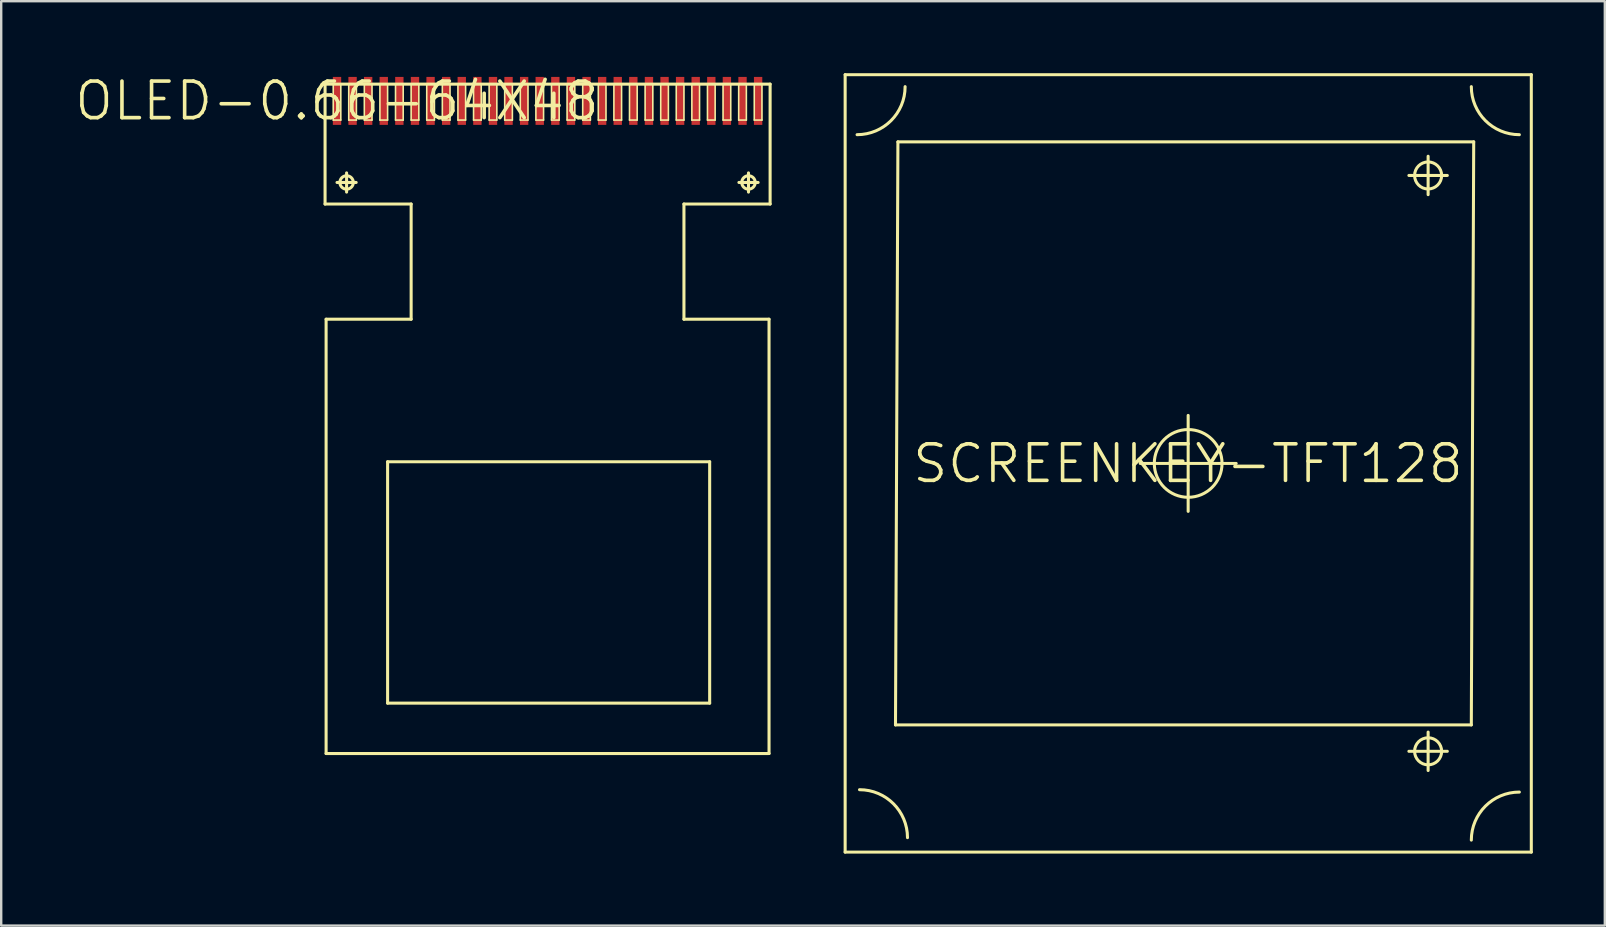
<source format=kicad_pcb>
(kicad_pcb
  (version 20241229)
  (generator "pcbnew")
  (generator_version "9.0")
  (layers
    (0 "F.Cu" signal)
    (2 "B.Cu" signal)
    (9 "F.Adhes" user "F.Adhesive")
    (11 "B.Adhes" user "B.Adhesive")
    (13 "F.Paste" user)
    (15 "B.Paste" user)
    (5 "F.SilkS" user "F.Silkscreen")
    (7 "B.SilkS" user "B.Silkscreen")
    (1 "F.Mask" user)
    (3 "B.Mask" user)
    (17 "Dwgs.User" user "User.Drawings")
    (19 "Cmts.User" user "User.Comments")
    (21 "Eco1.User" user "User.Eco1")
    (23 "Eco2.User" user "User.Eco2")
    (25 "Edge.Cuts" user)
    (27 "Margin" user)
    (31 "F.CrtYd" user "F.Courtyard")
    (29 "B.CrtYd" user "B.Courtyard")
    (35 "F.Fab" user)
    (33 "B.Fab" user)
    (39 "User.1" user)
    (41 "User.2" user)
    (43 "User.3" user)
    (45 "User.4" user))
  (footprint "OLED-0.66-64X48"
    (layer "F.Cu")
    (at 10.995 1.155)
    (property "Reference" "OLED-0.66-64X48" (at 0 0 0) (layer "F.SilkS") (effects (font (size 1.524 1.524) (thickness 0.15))))
    (attr smd)
    (fp_line (start -0.498 -0.699) (end -0.498 4.298) (stroke (width 0.127) (type solid)) (layer "F.SilkS"))
    (fp_line (start -0.498 4.298) (end 3.089 4.298) (stroke (width 0.127) (type solid)) (layer "F.SilkS"))
    (fp_line (start -0.455 9.098) (end -0.455 27.198) (stroke (width 0.127) (type solid)) (layer "F.SilkS"))
    (fp_line (start -0.455 27.198) (end 18.004 27.198) (stroke (width 0.127) (type solid)) (layer "F.SilkS"))
    (fp_line (start -0.157 -0.699) (end 0.157 -0.699) (stroke (width 0.066) (type solid)) (layer "F.SilkS"))
    (fp_line (start -0.157 0.798) (end -0.157 -0.699) (stroke (width 0.066) (type solid)) (layer "F.SilkS"))
    (fp_line (start -0.157 0.798) (end 0.157 0.798) (stroke (width 0.066) (type solid)) (layer "F.SilkS"))
    (fp_line (start 0 3.399) (end 0.798 3.399) (stroke (width 0.127) (type solid)) (layer "F.SilkS"))
    (fp_line (start 0.157 0.798) (end 0.157 -0.699) (stroke (width 0.066) (type solid)) (layer "F.SilkS"))
    (fp_line (start 0.399 3.8) (end 0.399 3) (stroke (width 0.127) (type solid)) (layer "F.SilkS"))
    (fp_line (start 0.488 -0.699) (end 0.808 -0.699) (stroke (width 0.066) (type solid)) (layer "F.SilkS"))
    (fp_line (start 0.488 0.798) (end 0.488 -0.699) (stroke (width 0.066) (type solid)) (layer "F.SilkS"))
    (fp_line (start 0.488 0.798) (end 0.808 0.798) (stroke (width 0.066) (type solid)) (layer "F.SilkS"))
    (fp_line (start 0.808 0.798) (end 0.808 -0.699) (stroke (width 0.066) (type solid)) (layer "F.SilkS"))
    (fp_line (start 1.138 -0.699) (end 1.458 -0.699) (stroke (width 0.066) (type solid)) (layer "F.SilkS"))
    (fp_line (start 1.138 0.798) (end 1.138 -0.699) (stroke (width 0.066) (type solid)) (layer "F.SilkS"))
    (fp_line (start 1.138 0.798) (end 1.458 0.798) (stroke (width 0.066) (type solid)) (layer "F.SilkS"))
    (fp_line (start 1.458 0.798) (end 1.458 -0.699) (stroke (width 0.066) (type solid)) (layer "F.SilkS"))
    (fp_line (start 1.788 -0.699) (end 2.108 -0.699) (stroke (width 0.066) (type solid)) (layer "F.SilkS"))
    (fp_line (start 1.788 0.798) (end 1.788 -0.699) (stroke (width 0.066) (type solid)) (layer "F.SilkS"))
    (fp_line (start 1.788 0.798) (end 2.108 0.798) (stroke (width 0.066) (type solid)) (layer "F.SilkS"))
    (fp_line (start 2.108 0.798) (end 2.108 -0.699) (stroke (width 0.066) (type solid)) (layer "F.SilkS"))
    (fp_line (start 2.108 15.039) (end 2.108 25.098) (stroke (width 0.127) (type solid)) (layer "F.SilkS"))
    (fp_line (start 2.108 25.098) (end 15.53 25.098) (stroke (width 0.127) (type solid)) (layer "F.SilkS"))
    (fp_line (start 2.438 -0.699) (end 2.758 -0.699) (stroke (width 0.066) (type solid)) (layer "F.SilkS"))
    (fp_line (start 2.438 0.798) (end 2.438 -0.699) (stroke (width 0.066) (type solid)) (layer "F.SilkS"))
    (fp_line (start 2.438 0.798) (end 2.758 0.798) (stroke (width 0.066) (type solid)) (layer "F.SilkS"))
    (fp_line (start 2.758 0.798) (end 2.758 -0.699) (stroke (width 0.066) (type solid)) (layer "F.SilkS"))
    (fp_line (start 3.089 -0.699) (end 3.409 -0.699) (stroke (width 0.066) (type solid)) (layer "F.SilkS"))
    (fp_line (start 3.089 0.798) (end 3.089 -0.699) (stroke (width 0.066) (type solid)) (layer "F.SilkS"))
    (fp_line (start 3.089 0.798) (end 3.409 0.798) (stroke (width 0.066) (type solid)) (layer "F.SilkS"))
    (fp_line (start 3.089 4.298) (end 3.089 9.098) (stroke (width 0.127) (type solid)) (layer "F.SilkS"))
    (fp_line (start 3.089 9.098) (end -0.455 9.098) (stroke (width 0.127) (type solid)) (layer "F.SilkS"))
    (fp_line (start 3.409 0.798) (end 3.409 -0.699) (stroke (width 0.066) (type solid)) (layer "F.SilkS"))
    (fp_line (start 3.739 -0.699) (end 4.059 -0.699) (stroke (width 0.066) (type solid)) (layer "F.SilkS"))
    (fp_line (start 3.739 0.798) (end 3.739 -0.699) (stroke (width 0.066) (type solid)) (layer "F.SilkS"))
    (fp_line (start 3.739 0.798) (end 4.059 0.798) (stroke (width 0.066) (type solid)) (layer "F.SilkS"))
    (fp_line (start 4.059 0.798) (end 4.059 -0.699) (stroke (width 0.066) (type solid)) (layer "F.SilkS"))
    (fp_line (start 4.389 -0.699) (end 4.709 -0.699) (stroke (width 0.066) (type solid)) (layer "F.SilkS"))
    (fp_line (start 4.389 0.798) (end 4.389 -0.699) (stroke (width 0.066) (type solid)) (layer "F.SilkS"))
    (fp_line (start 4.389 0.798) (end 4.709 0.798) (stroke (width 0.066) (type solid)) (layer "F.SilkS"))
    (fp_line (start 4.709 0.798) (end 4.709 -0.699) (stroke (width 0.066) (type solid)) (layer "F.SilkS"))
    (fp_line (start 5.039 -0.699) (end 5.359 -0.699) (stroke (width 0.066) (type solid)) (layer "F.SilkS"))
    (fp_line (start 5.039 0.798) (end 5.039 -0.699) (stroke (width 0.066) (type solid)) (layer "F.SilkS"))
    (fp_line (start 5.039 0.798) (end 5.359 0.798) (stroke (width 0.066) (type solid)) (layer "F.SilkS"))
    (fp_line (start 5.359 0.798) (end 5.359 -0.699) (stroke (width 0.066) (type solid)) (layer "F.SilkS"))
    (fp_line (start 5.69 -0.699) (end 6.01 -0.699) (stroke (width 0.066) (type solid)) (layer "F.SilkS"))
    (fp_line (start 5.69 0.798) (end 5.69 -0.699) (stroke (width 0.066) (type solid)) (layer "F.SilkS"))
    (fp_line (start 5.69 0.798) (end 6.01 0.798) (stroke (width 0.066) (type solid)) (layer "F.SilkS"))
    (fp_line (start 6.01 0.798) (end 6.01 -0.699) (stroke (width 0.066) (type solid)) (layer "F.SilkS"))
    (fp_line (start 6.34 -0.699) (end 6.66 -0.699) (stroke (width 0.066) (type solid)) (layer "F.SilkS"))
    (fp_line (start 6.34 0.798) (end 6.34 -0.699) (stroke (width 0.066) (type solid)) (layer "F.SilkS"))
    (fp_line (start 6.34 0.798) (end 6.66 0.798) (stroke (width 0.066) (type solid)) (layer "F.SilkS"))
    (fp_line (start 6.66 0.798) (end 6.66 -0.699) (stroke (width 0.066) (type solid)) (layer "F.SilkS"))
    (fp_line (start 6.988 -0.699) (end 7.308 -0.699) (stroke (width 0.066) (type solid)) (layer "F.SilkS"))
    (fp_line (start 6.988 0.798) (end 6.988 -0.699) (stroke (width 0.066) (type solid)) (layer "F.SilkS"))
    (fp_line (start 6.988 0.798) (end 7.308 0.798) (stroke (width 0.066) (type solid)) (layer "F.SilkS"))
    (fp_line (start 7.308 0.798) (end 7.308 -0.699) (stroke (width 0.066) (type solid)) (layer "F.SilkS"))
    (fp_line (start 7.638 -0.699) (end 7.958 -0.699) (stroke (width 0.066) (type solid)) (layer "F.SilkS"))
    (fp_line (start 7.638 0.798) (end 7.638 -0.699) (stroke (width 0.066) (type solid)) (layer "F.SilkS"))
    (fp_line (start 7.638 0.798) (end 7.958 0.798) (stroke (width 0.066) (type solid)) (layer "F.SilkS"))
    (fp_line (start 7.958 0.798) (end 7.958 -0.699) (stroke (width 0.066) (type solid)) (layer "F.SilkS"))
    (fp_line (start 8.288 -0.699) (end 8.608 -0.699) (stroke (width 0.066) (type solid)) (layer "F.SilkS"))
    (fp_line (start 8.288 0.798) (end 8.288 -0.699) (stroke (width 0.066) (type solid)) (layer "F.SilkS"))
    (fp_line (start 8.288 0.798) (end 8.608 0.798) (stroke (width 0.066) (type solid)) (layer "F.SilkS"))
    (fp_line (start 8.608 0.798) (end 8.608 -0.699) (stroke (width 0.066) (type solid)) (layer "F.SilkS"))
    (fp_line (start 8.938 -0.699) (end 9.258 -0.699) (stroke (width 0.066) (type solid)) (layer "F.SilkS"))
    (fp_line (start 8.938 0.798) (end 8.938 -0.699) (stroke (width 0.066) (type solid)) (layer "F.SilkS"))
    (fp_line (start 8.938 0.798) (end 9.258 0.798) (stroke (width 0.066) (type solid)) (layer "F.SilkS"))
    (fp_line (start 9.258 0.798) (end 9.258 -0.699) (stroke (width 0.066) (type solid)) (layer "F.SilkS"))
    (fp_line (start 9.588 -0.699) (end 9.909 -0.699) (stroke (width 0.066) (type solid)) (layer "F.SilkS"))
    (fp_line (start 9.588 0.798) (end 9.588 -0.699) (stroke (width 0.066) (type solid)) (layer "F.SilkS"))
    (fp_line (start 9.588 0.798) (end 9.909 0.798) (stroke (width 0.066) (type solid)) (layer "F.SilkS"))
    (fp_line (start 9.909 0.798) (end 9.909 -0.699) (stroke (width 0.066) (type solid)) (layer "F.SilkS"))
    (fp_line (start 10.239 -0.699) (end 10.559 -0.699) (stroke (width 0.066) (type solid)) (layer "F.SilkS"))
    (fp_line (start 10.239 0.798) (end 10.239 -0.699) (stroke (width 0.066) (type solid)) (layer "F.SilkS"))
    (fp_line (start 10.239 0.798) (end 10.559 0.798) (stroke (width 0.066) (type solid)) (layer "F.SilkS"))
    (fp_line (start 10.559 0.798) (end 10.559 -0.699) (stroke (width 0.066) (type solid)) (layer "F.SilkS"))
    (fp_line (start 10.889 -0.699) (end 11.209 -0.699) (stroke (width 0.066) (type solid)) (layer "F.SilkS"))
    (fp_line (start 10.889 0.798) (end 10.889 -0.699) (stroke (width 0.066) (type solid)) (layer "F.SilkS"))
    (fp_line (start 10.889 0.798) (end 11.209 0.798) (stroke (width 0.066) (type solid)) (layer "F.SilkS"))
    (fp_line (start 11.209 0.798) (end 11.209 -0.699) (stroke (width 0.066) (type solid)) (layer "F.SilkS"))
    (fp_line (start 11.539 -0.699) (end 11.859 -0.699) (stroke (width 0.066) (type solid)) (layer "F.SilkS"))
    (fp_line (start 11.539 0.798) (end 11.539 -0.699) (stroke (width 0.066) (type solid)) (layer "F.SilkS"))
    (fp_line (start 11.539 0.798) (end 11.859 0.798) (stroke (width 0.066) (type solid)) (layer "F.SilkS"))
    (fp_line (start 11.859 0.798) (end 11.859 -0.699) (stroke (width 0.066) (type solid)) (layer "F.SilkS"))
    (fp_line (start 12.189 -0.699) (end 12.509 -0.699) (stroke (width 0.066) (type solid)) (layer "F.SilkS"))
    (fp_line (start 12.189 0.798) (end 12.189 -0.699) (stroke (width 0.066) (type solid)) (layer "F.SilkS"))
    (fp_line (start 12.189 0.798) (end 12.509 0.798) (stroke (width 0.066) (type solid)) (layer "F.SilkS"))
    (fp_line (start 12.509 0.798) (end 12.509 -0.699) (stroke (width 0.066) (type solid)) (layer "F.SilkS"))
    (fp_line (start 12.84 -0.699) (end 13.16 -0.699) (stroke (width 0.066) (type solid)) (layer "F.SilkS"))
    (fp_line (start 12.84 0.798) (end 12.84 -0.699) (stroke (width 0.066) (type solid)) (layer "F.SilkS"))
    (fp_line (start 12.84 0.798) (end 13.16 0.798) (stroke (width 0.066) (type solid)) (layer "F.SilkS"))
    (fp_line (start 13.16 0.798) (end 13.16 -0.699) (stroke (width 0.066) (type solid)) (layer "F.SilkS"))
    (fp_line (start 13.49 -0.699) (end 13.81 -0.699) (stroke (width 0.066) (type solid)) (layer "F.SilkS"))
    (fp_line (start 13.49 0.798) (end 13.49 -0.699) (stroke (width 0.066) (type solid)) (layer "F.SilkS"))
    (fp_line (start 13.49 0.798) (end 13.81 0.798) (stroke (width 0.066) (type solid)) (layer "F.SilkS"))
    (fp_line (start 13.81 0.798) (end 13.81 -0.699) (stroke (width 0.066) (type solid)) (layer "F.SilkS"))
    (fp_line (start 14.138 -0.699) (end 14.458 -0.699) (stroke (width 0.066) (type solid)) (layer "F.SilkS"))
    (fp_line (start 14.138 0.798) (end 14.138 -0.699) (stroke (width 0.066) (type solid)) (layer "F.SilkS"))
    (fp_line (start 14.138 0.798) (end 14.458 0.798) (stroke (width 0.066) (type solid)) (layer "F.SilkS"))
    (fp_line (start 14.458 0.798) (end 14.458 -0.699) (stroke (width 0.066) (type solid)) (layer "F.SilkS"))
    (fp_line (start 14.458 4.298) (end 18.049 4.298) (stroke (width 0.127) (type solid)) (layer "F.SilkS"))
    (fp_line (start 14.458 9.098) (end 14.458 4.298) (stroke (width 0.127) (type solid)) (layer "F.SilkS"))
    (fp_line (start 14.788 -0.699) (end 15.108 -0.699) (stroke (width 0.066) (type solid)) (layer "F.SilkS"))
    (fp_line (start 14.788 0.798) (end 14.788 -0.699) (stroke (width 0.066) (type solid)) (layer "F.SilkS"))
    (fp_line (start 14.788 0.798) (end 15.108 0.798) (stroke (width 0.066) (type solid)) (layer "F.SilkS"))
    (fp_line (start 15.108 0.798) (end 15.108 -0.699) (stroke (width 0.066) (type solid)) (layer "F.SilkS"))
    (fp_line (start 15.438 -0.699) (end 15.758 -0.699) (stroke (width 0.066) (type solid)) (layer "F.SilkS"))
    (fp_line (start 15.438 0.798) (end 15.438 -0.699) (stroke (width 0.066) (type solid)) (layer "F.SilkS"))
    (fp_line (start 15.438 0.798) (end 15.758 0.798) (stroke (width 0.066) (type solid)) (layer "F.SilkS"))
    (fp_line (start 15.53 15.039) (end 2.108 15.039) (stroke (width 0.127) (type solid)) (layer "F.SilkS"))
    (fp_line (start 15.53 25.098) (end 15.53 15.039) (stroke (width 0.127) (type solid)) (layer "F.SilkS"))
    (fp_line (start 15.758 0.798) (end 15.758 -0.699) (stroke (width 0.066) (type solid)) (layer "F.SilkS"))
    (fp_line (start 16.088 -0.699) (end 16.408 -0.699) (stroke (width 0.066) (type solid)) (layer "F.SilkS"))
    (fp_line (start 16.088 0.798) (end 16.088 -0.699) (stroke (width 0.066) (type solid)) (layer "F.SilkS"))
    (fp_line (start 16.088 0.798) (end 16.408 0.798) (stroke (width 0.066) (type solid)) (layer "F.SilkS"))
    (fp_line (start 16.408 0.798) (end 16.408 -0.699) (stroke (width 0.066) (type solid)) (layer "F.SilkS"))
    (fp_line (start 16.739 -0.699) (end 17.059 -0.699) (stroke (width 0.066) (type solid)) (layer "F.SilkS"))
    (fp_line (start 16.739 0.798) (end 16.739 -0.699) (stroke (width 0.066) (type solid)) (layer "F.SilkS"))
    (fp_line (start 16.739 0.798) (end 17.059 0.798) (stroke (width 0.066) (type solid)) (layer "F.SilkS"))
    (fp_line (start 16.749 3.399) (end 17.549 3.399) (stroke (width 0.127) (type solid)) (layer "F.SilkS"))
    (fp_line (start 17.059 0.798) (end 17.059 -0.699) (stroke (width 0.066) (type solid)) (layer "F.SilkS"))
    (fp_line (start 17.148 3.8) (end 17.148 3) (stroke (width 0.127) (type solid)) (layer "F.SilkS"))
    (fp_line (start 17.389 -0.699) (end 17.709 -0.699) (stroke (width 0.066) (type solid)) (layer "F.SilkS"))
    (fp_line (start 17.389 0.798) (end 17.389 -0.699) (stroke (width 0.066) (type solid)) (layer "F.SilkS"))
    (fp_line (start 17.389 0.798) (end 17.709 0.798) (stroke (width 0.066) (type solid)) (layer "F.SilkS"))
    (fp_line (start 17.709 0.798) (end 17.709 -0.699) (stroke (width 0.066) (type solid)) (layer "F.SilkS"))
    (fp_line (start 18.004 9.098) (end 14.458 9.098) (stroke (width 0.127) (type solid)) (layer "F.SilkS"))
    (fp_line (start 18.004 27.198) (end 18.004 9.098) (stroke (width 0.127) (type solid)) (layer "F.SilkS"))
    (fp_line (start 18.049 -0.699) (end -0.498 -0.699) (stroke (width 0.127) (type solid)) (layer "F.SilkS"))
    (fp_line (start 18.049 4.298) (end 18.049 -0.699) (stroke (width 0.127) (type solid)) (layer "F.SilkS"))
    (fp_circle (center 0.399 3.399) (end 0.597 3.597) (stroke (width 0.127) (type solid)) (fill no) (layer "F.SilkS"))
    (fp_circle (center 17.148 3.399) (end 17.346 3.597) (stroke (width 0.127) (type solid)) (fill no) (layer "F.SilkS"))
    (pad "1" smd rect (at 0 0) (size 0.348 1.999) (layers "F.Cu" "F.Mask" "F.Paste"))
    (pad "2" smd rect (at 0.648 0) (size 0.348 1.999) (layers "F.Cu" "F.Mask" "F.Paste"))
    (pad "3" smd rect (at 1.298 0) (size 0.348 1.999) (layers "F.Cu" "F.Mask" "F.Paste"))
    (pad "4" smd rect (at 1.948 0) (size 0.348 1.999) (layers "F.Cu" "F.Mask" "F.Paste"))
    (pad "5" smd rect (at 2.598 0) (size 0.348 1.999) (layers "F.Cu" "F.Mask" "F.Paste"))
    (pad "6" smd rect (at 3.249 0) (size 0.348 1.999) (layers "F.Cu" "F.Mask" "F.Paste"))
    (pad "7" smd rect (at 3.899 0) (size 0.348 1.999) (layers "F.Cu" "F.Mask" "F.Paste"))
    (pad "8" smd rect (at 4.549 0) (size 0.348 1.999) (layers "F.Cu" "F.Mask" "F.Paste"))
    (pad "9" smd rect (at 5.199 0) (size 0.348 1.999) (layers "F.Cu" "F.Mask" "F.Paste"))
    (pad "10" smd rect (at 5.85 0) (size 0.348 1.999) (layers "F.Cu" "F.Mask" "F.Paste"))
    (pad "11" smd rect (at 6.5 0) (size 0.348 1.999) (layers "F.Cu" "F.Mask" "F.Paste"))
    (pad "12" smd rect (at 7.148 0) (size 0.348 1.999) (layers "F.Cu" "F.Mask" "F.Paste"))
    (pad "13" smd rect (at 7.798 0) (size 0.348 1.999) (layers "F.Cu" "F.Mask" "F.Paste"))
    (pad "14" smd rect (at 8.448 0) (size 0.348 1.999) (layers "F.Cu" "F.Mask" "F.Paste"))
    (pad "15" smd rect (at 9.098 0) (size 0.348 1.999) (layers "F.Cu" "F.Mask" "F.Paste"))
    (pad "16" smd rect (at 9.749 0) (size 0.348 1.999) (layers "F.Cu" "F.Mask" "F.Paste"))
    (pad "17" smd rect (at 10.399 0) (size 0.348 1.999) (layers "F.Cu" "F.Mask" "F.Paste"))
    (pad "18" smd rect (at 11.049 0) (size 0.348 1.999) (layers "F.Cu" "F.Mask" "F.Paste"))
    (pad "19" smd rect (at 11.699 0) (size 0.348 1.999) (layers "F.Cu" "F.Mask" "F.Paste"))
    (pad "20" smd rect (at 12.349 0) (size 0.348 1.999) (layers "F.Cu" "F.Mask" "F.Paste"))
    (pad "21" smd rect (at 13 0) (size 0.348 1.999) (layers "F.Cu" "F.Mask" "F.Paste"))
    (pad "22" smd rect (at 13.65 0) (size 0.348 1.999) (layers "F.Cu" "F.Mask" "F.Paste"))
    (pad "23" smd rect (at 14.298 0) (size 0.348 1.999) (layers "F.Cu" "F.Mask" "F.Paste"))
    (pad "24" smd rect (at 14.948 0) (size 0.348 1.999) (layers "F.Cu" "F.Mask" "F.Paste"))
    (pad "25" smd rect (at 15.598 0) (size 0.348 1.999) (layers "F.Cu" "F.Mask" "F.Paste"))
    (pad "26" smd rect (at 16.248 0) (size 0.348 1.999) (layers "F.Cu" "F.Mask" "F.Paste"))
    (pad "27" smd rect (at 16.899 0) (size 0.348 1.999) (layers "F.Cu" "F.Mask" "F.Paste"))
    (pad "28" smd rect (at 17.549 0) (size 0.348 1.999) (layers "F.Cu" "F.Mask" "F.Paste")))
  (footprint "SCREENKEY-TFT128"
    (layer "F.Cu")
    (at 46.458 16.271)
    (property "Reference" "SCREENKEY-TFT128" (at 0 0 0) (layer "F.SilkS") (effects (font (size 1.524 1.524) (thickness 0.15))))
    (attr exclude_from_pos_files exclude_from_bom)
    (fp_line (start -14.287 -16.208) (end 14.308 -16.208) (stroke (width 0.127) (type solid)) (layer "F.SilkS"))
    (fp_line (start -14.287 16.19) (end -14.287 -16.208) (stroke (width 0.127) (type solid)) (layer "F.SilkS"))
    (fp_line (start -12.189 10.889) (end 11.808 10.889) (stroke (width 0.127) (type solid)) (layer "F.SilkS"))
    (fp_line (start -12.088 -13.409) (end -12.189 10.889) (stroke (width 0.127) (type solid)) (layer "F.SilkS"))
    (fp_line (start -1.989 -0.008) (end 2.009 -0.008) (stroke (width 0.127) (type solid)) (layer "F.SilkS"))
    (fp_line (start 0.008 1.989) (end 0.008 -2.009) (stroke (width 0.127) (type solid)) (layer "F.SilkS"))
    (fp_line (start 9.207 -12.009) (end 10.808 -12.009) (stroke (width 0.127) (type solid)) (layer "F.SilkS"))
    (fp_line (start 9.207 11.989) (end 10.808 11.989) (stroke (width 0.127) (type solid)) (layer "F.SilkS"))
    (fp_line (start 10.008 -11.209) (end 10.008 -12.809) (stroke (width 0.127) (type solid)) (layer "F.SilkS"))
    (fp_line (start 10.008 12.789) (end 10.008 11.189) (stroke (width 0.127) (type solid)) (layer "F.SilkS"))
    (fp_line (start 11.808 10.889) (end 11.908 -13.409) (stroke (width 0.127) (type solid)) (layer "F.SilkS"))
    (fp_line (start 11.908 -13.409) (end -12.088 -13.409) (stroke (width 0.127) (type solid)) (layer "F.SilkS"))
    (fp_line (start 14.308 -16.208) (end 14.308 16.19) (stroke (width 0.127) (type solid)) (layer "F.SilkS"))
    (fp_line (start 14.308 16.19) (end -14.287 16.19) (stroke (width 0.127) (type solid)) (layer "F.SilkS"))
    (fp_arc (start -13.68806 13.589) (mid -12.274568 14.174488) (end -11.68908 15.58798) (stroke (width 0.127) (type solid)) (layer "F.SilkS"))
    (fp_arc (start -11.78814 -15.7099) (mid -12.374372 -14.294612) (end -13.78966 -13.70838) (stroke (width 0.127) (type solid)) (layer "F.SilkS"))
    (fp_arc (start 11.80846 15.68958) (mid 12.394692 14.274292) (end 13.80998 13.68806) (stroke (width 0.127) (type solid)) (layer "F.SilkS"))
    (fp_arc (start 13.80998 -13.70838) (mid 12.394692 -14.294612) (end 11.80846 -15.7099) (stroke (width 0.127) (type solid)) (layer "F.SilkS"))
    (fp_circle (center 0.008 -0.008) (end 1.006 -1.006) (stroke (width 0.127) (type solid)) (fill no) (layer "F.SilkS"))
    (fp_circle (center 10.008 -12.009) (end 10.406 -12.408) (stroke (width 0.127) (type solid)) (fill no) (layer "F.SilkS"))
    (fp_circle (center 10.008 11.989) (end 10.406 12.388) (stroke (width 0.127) (type solid)) (fill no) (layer "F.SilkS")))
  (gr_rect
    (start -3 -3)
    (end 63.83 35.525)
    (stroke (width 0.1) (type default))
    (fill no)
    (layer "Edge.Cuts")))
</source>
